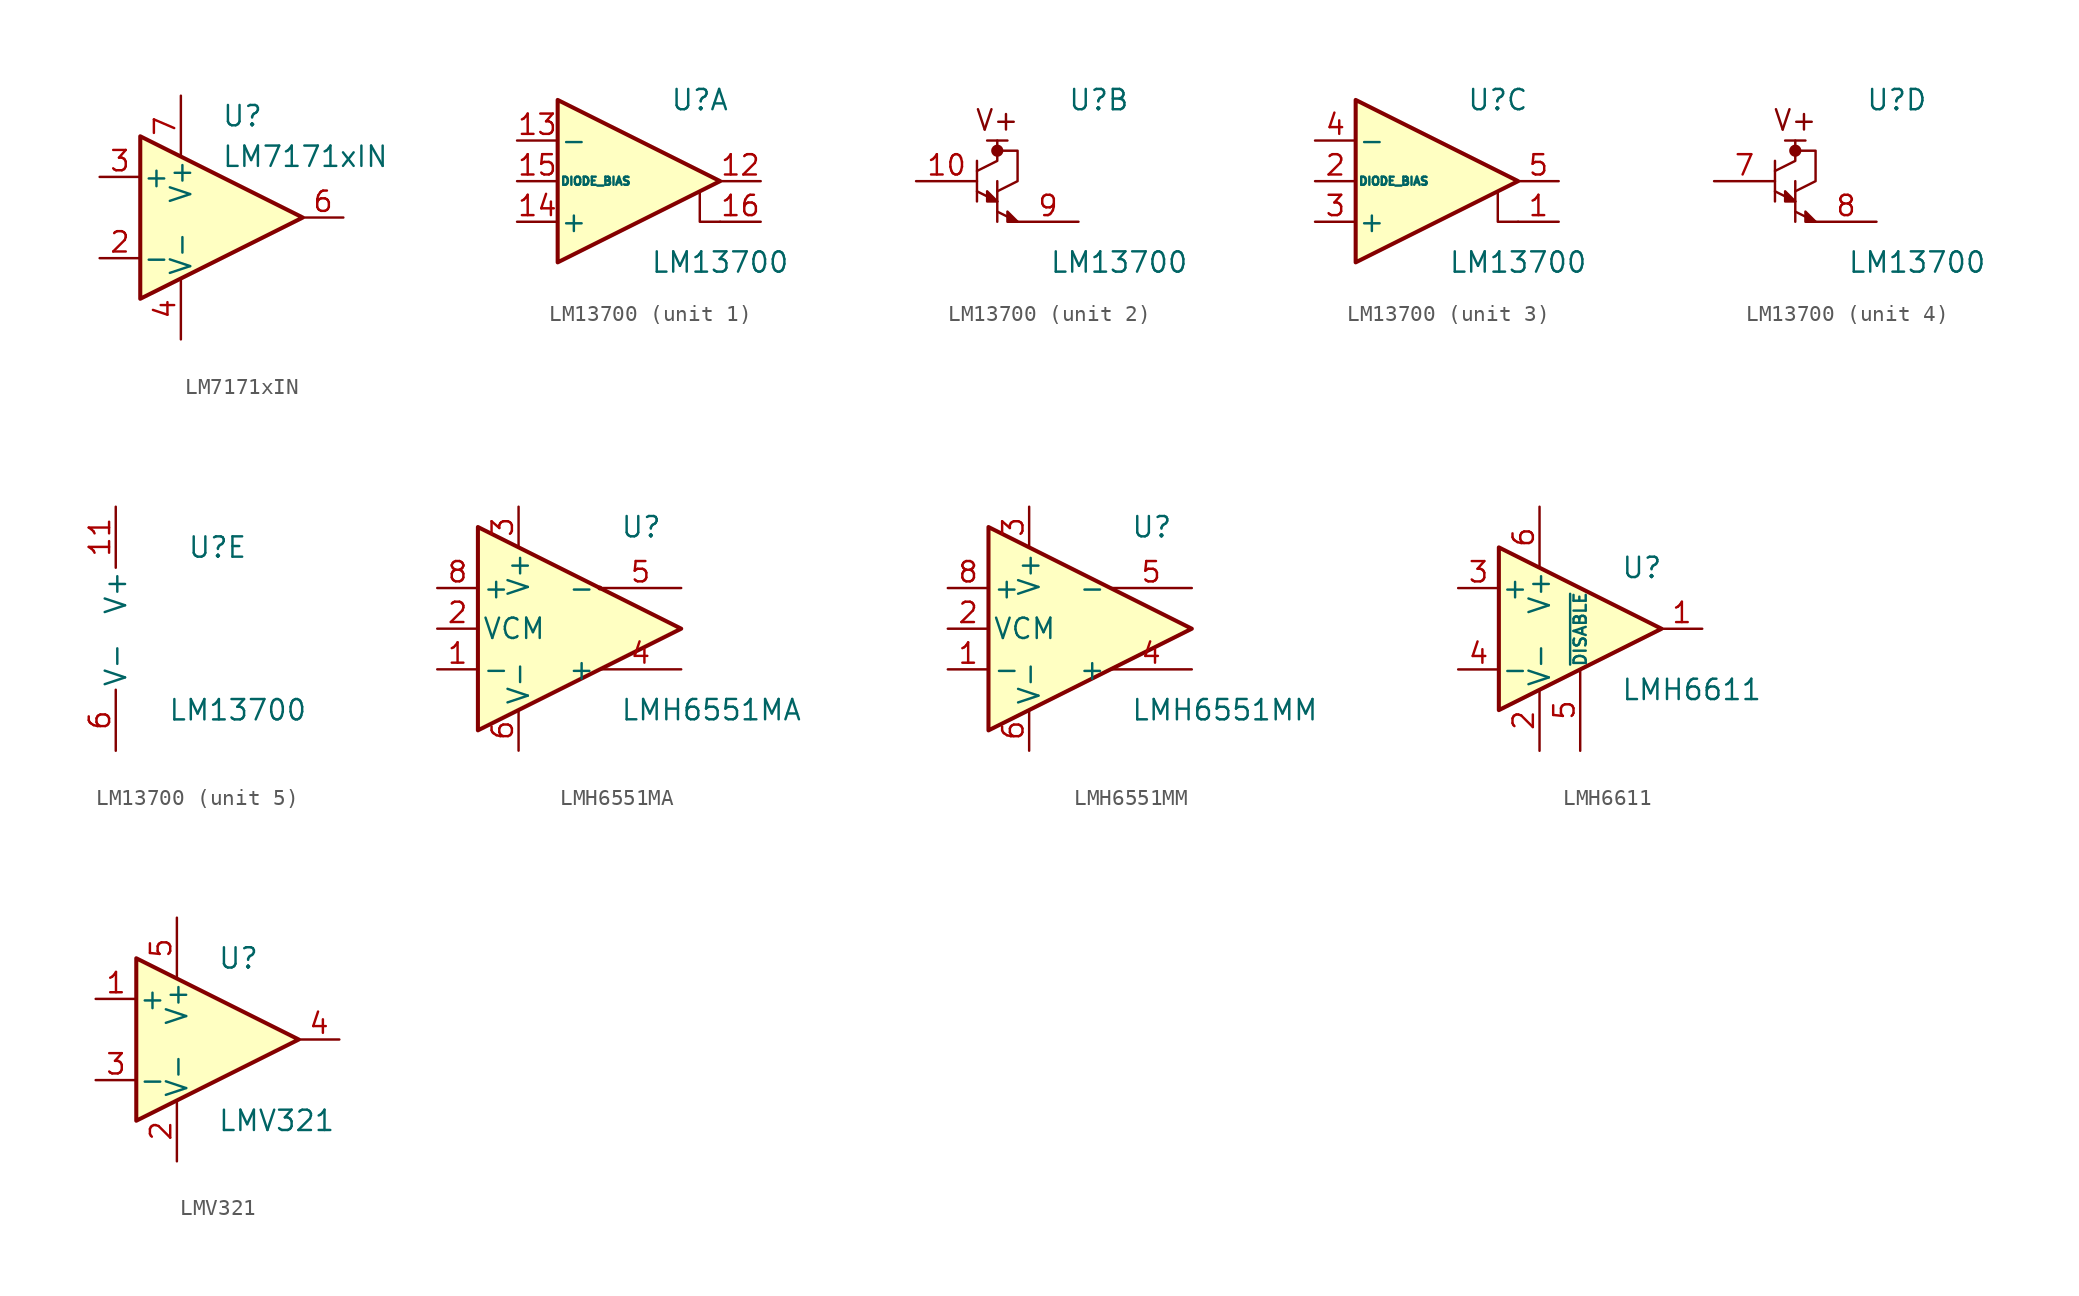
<source format=kicad_sym>
(kicad_symbol_lib
  (version 20201005)
  (generator kicad_symbol_editor)
  (symbol "Amplifier_Operational:LM7171xIN"
    (pin_names
      (offset 0.127))
    (property "Reference" "U"
      (at 0 6.35 0)
      (effects (font (size 1.27 1.27)) (justify left)))
    (property "Value" "LM7171xIN"
      (at 0 3.81 0)
      (effects (font (size 1.27 1.27)) (justify left)))
    (symbol "LM7171xIN_1_1"
      (polyline (pts (xy -5.08 5.08) (xy 5.08 0) (xy -5.08 -5.08) (xy -5.08 5.08)) (stroke (width 0.254)) (fill (type background)))
      (pin no_connect line (at 0 7.62 270) (length 5.08) hide (name "NC" (effects (font (size 1.27 1.27)))) (number "1" (effects (font (size 1.27 1.27)))))
      (pin input line (at -7.62 -2.54 0) (length 2.54) (name "-" (effects (font (size 1.27 1.27)))) (number "2" (effects (font (size 1.27 1.27)))))
      (pin input line (at -7.62 2.54 0) (length 2.54) (name "+" (effects (font (size 1.27 1.27)))) (number "3" (effects (font (size 1.27 1.27)))))
      (pin power_in line (at -2.54 -7.62 90) (length 3.81) (name "V-" (effects (font (size 1.27 1.27)))) (number "4" (effects (font (size 1.27 1.27)))))
      (pin no_connect line (at 0 -7.62 90) (length 5.08) hide (name "NC" (effects (font (size 1.27 1.27)))) (number "5" (effects (font (size 1.27 1.27)))))
      (pin output line (at 7.62 0 180) (length 2.54) (name "~" (effects (font (size 1.27 1.27)))) (number "6" (effects (font (size 1.27 1.27)))))
      (pin power_in line (at -2.54 7.62 270) (length 3.81) (name "V+" (effects (font (size 1.27 1.27)))) (number "7" (effects (font (size 1.27 1.27)))))
      (pin no_connect line (at 2.54 -7.62 90) (length 6.35) hide (name "NC" (effects (font (size 1.27 1.27)))) (number "8" (effects (font (size 1.27 1.27)))))))
  (symbol "Amplifier_Operational:LM13700"
    (pin_names
      (offset 0.127))
    (property "Reference" "U"
      (at 3.81 5.08 0)
      (effects (font (size 1.27 1.27))))
    (property "Value" "LM13700"
      (at 5.08 -5.08 0)
      (effects (font (size 1.27 1.27))))
    (property "ki_locked" ""
      (at 0 0 0)
      (effects (font (size 1.27 1.27))))
    (symbol "LM13700_1_1"
      (polyline (pts (xy 3.81 -0.635) (xy 3.81 -2.54) (xy 5.08 -2.54)) (stroke (width 0)) (fill (type none)))
      (polyline (pts (xy 5.08 0) (xy -5.08 -5.08) (xy -5.08 5.08) (xy 5.08 0)) (stroke (width 0.254)) (fill (type background)))
      (pin output line (at 7.62 0 180) (length 2.54) (name "~" (effects (font (size 1.27 1.27)))) (number "12" (effects (font (size 1.27 1.27)))))
      (pin input line (at -7.62 2.54 0) (length 2.54) (name "-" (effects (font (size 1.27 1.27)))) (number "13" (effects (font (size 1.27 1.27)))))
      (pin input line (at -7.62 -2.54 0) (length 2.54) (name "+" (effects (font (size 1.27 1.27)))) (number "14" (effects (font (size 1.27 1.27)))))
      (pin input line (at -7.62 0 0) (length 2.54) (name "DIODE_BIAS" (effects (font (size 0.508 0.508)))) (number "15" (effects (font (size 1.27 1.27)))))
      (pin input line (at 7.62 -2.54 180) (length 2.54) (name "~" (effects (font (size 1.27 1.27)))) (number "16" (effects (font (size 1.27 1.27))))))
    (symbol "LM13700_2_0"
      (polyline (pts (xy -1.905 2.54) (xy -3.175 2.54)) (stroke (width 0)) (fill (type none))))
    (symbol "LM13700_2_1"
      (circle (center -2.54 1.905) (radius 0.254) (stroke (width 0.254)) (fill (type outline)))
      (text "V+" (at -2.54 3.81 0) (effects (font (size 1.27 1.27))))
      (polyline (pts (xy -3.81 -0.635) (xy -2.54 -1.27)) (stroke (width 0)) (fill (type none)))
      (polyline (pts (xy -3.81 1.27) (xy -3.81 -1.27)) (stroke (width 0)) (fill (type none)))
      (polyline (pts (xy -2.54 -1.905) (xy -1.27 -2.54)) (stroke (width 0)) (fill (type none)))
      (polyline (pts (xy -2.54 0) (xy -2.54 -2.54)) (stroke (width 0)) (fill (type none)))
      (polyline (pts (xy -3.81 0.635) (xy -2.54 1.27) (xy -2.54 1.905) (xy -2.54 2.54)) (stroke (width 0)) (fill (type none)))
      (polyline (pts (xy -2.54 -0.635) (xy -1.27 0) (xy -1.27 1.905) (xy -2.54 1.905)) (stroke (width 0)) (fill (type none)))
      (polyline (pts (xy -2.54 -1.27) (xy -3.175 -0.635) (xy -3.175 -1.27) (xy -2.54 -1.27)) (stroke (width 0)) (fill (type outline)))
      (polyline (pts (xy -1.27 -2.54) (xy -1.905 -1.905) (xy -1.905 -2.54) (xy -1.27 -2.54)) (stroke (width 0)) (fill (type outline)))
      (pin input line (at -7.62 0 0) (length 3.81) (name "~" (effects (font (size 1.27 1.27)))) (number "10" (effects (font (size 1.27 1.27)))))
      (pin output line (at 2.54 -2.54 180) (length 3.81) (name "~" (effects (font (size 1.27 1.27)))) (number "9" (effects (font (size 1.27 1.27))))))
    (symbol "LM13700_3_1"
      (polyline (pts (xy 3.81 -0.635) (xy 3.81 -2.54) (xy 5.08 -2.54)) (stroke (width 0)) (fill (type none)))
      (polyline (pts (xy 5.08 0) (xy -5.08 -5.08) (xy -5.08 5.08) (xy 5.08 0)) (stroke (width 0.254)) (fill (type background)))
      (pin input line (at 7.62 -2.54 180) (length 2.54) (name "~" (effects (font (size 1.27 1.27)))) (number "1" (effects (font (size 1.27 1.27)))))
      (pin input line (at -7.62 0 0) (length 2.54) (name "DIODE_BIAS" (effects (font (size 0.508 0.508)))) (number "2" (effects (font (size 1.27 1.27)))))
      (pin input line (at -7.62 -2.54 0) (length 2.54) (name "+" (effects (font (size 1.27 1.27)))) (number "3" (effects (font (size 1.27 1.27)))))
      (pin input line (at -7.62 2.54 0) (length 2.54) (name "-" (effects (font (size 1.27 1.27)))) (number "4" (effects (font (size 1.27 1.27)))))
      (pin output line (at 7.62 0 180) (length 2.54) (name "~" (effects (font (size 1.27 1.27)))) (number "5" (effects (font (size 1.27 1.27))))))
    (symbol "LM13700_4_0"
      (text "V+" (at -2.54 3.81 0) (effects (font (size 1.27 1.27))))
      (polyline (pts (xy -3.175 2.54) (xy -1.905 2.54)) (stroke (width 0)) (fill (type none))))
    (symbol "LM13700_4_1"
      (circle (center -2.54 1.905) (radius 0.254) (stroke (width 0.254)) (fill (type outline)))
      (polyline (pts (xy -3.81 -0.635) (xy -2.54 -1.27)) (stroke (width 0)) (fill (type none)))
      (polyline (pts (xy -3.81 1.27) (xy -3.81 -1.27)) (stroke (width 0)) (fill (type none)))
      (polyline (pts (xy -2.54 -1.905) (xy -1.27 -2.54)) (stroke (width 0)) (fill (type none)))
      (polyline (pts (xy -2.54 0) (xy -2.54 -2.54)) (stroke (width 0)) (fill (type none)))
      (polyline (pts (xy -3.81 0.635) (xy -2.54 1.27) (xy -2.54 2.54)) (stroke (width 0)) (fill (type none)))
      (polyline (pts (xy -2.54 -0.635) (xy -1.27 0) (xy -1.27 1.905) (xy -2.54 1.905)) (stroke (width 0)) (fill (type none)))
      (polyline (pts (xy -2.54 -1.27) (xy -3.175 -0.635) (xy -3.175 -1.27) (xy -2.54 -1.27)) (stroke (width 0)) (fill (type outline)))
      (polyline (pts (xy -1.27 -2.54) (xy -1.905 -1.905) (xy -1.905 -2.54) (xy -1.27 -2.54)) (stroke (width 0)) (fill (type outline)))
      (pin input line (at -7.62 0 0) (length 3.81) (name "~" (effects (font (size 1.27 1.27)))) (number "7" (effects (font (size 1.27 1.27)))))
      (pin output line (at 2.54 -2.54 180) (length 3.81) (name "~" (effects (font (size 1.27 1.27)))) (number "8" (effects (font (size 1.27 1.27))))))
    (symbol "LM13700_5_1"
      (pin power_in line (at -2.54 7.62 270) (length 3.81) (name "V+" (effects (font (size 1.27 1.27)))) (number "11" (effects (font (size 1.27 1.27)))))
      (pin power_in line (at -2.54 -7.62 90) (length 3.81) (name "V-" (effects (font (size 1.27 1.27)))) (number "6" (effects (font (size 1.27 1.27)))))))
  (symbol "Amplifier_Operational:LMH6551MA"
    (pin_names
      (offset 0.254))
    (property "Reference" "U"
      (at 3.81 6.35 0)
      (effects (font (size 1.27 1.27)) (justify left)))
    (property "Value" "LMH6551MA"
      (at 3.81 -5.08 0)
      (effects (font (size 1.27 1.27)) (justify left)))
    (symbol "LMH6551MA_0_1"
      (circle (center 2.54 2.54) (radius 0) (stroke (width 0)) (fill (type none)))
      (polyline (pts (xy 7.62 0) (xy -5.08 6.35) (xy -5.08 -6.35) (xy 7.62 0)) (stroke (width 0.254)) (fill (type background))))
    (symbol "LMH6551MA_1_1"
      (pin input line (at -7.62 -2.54 0) (length 2.54) (name "-" (effects (font (size 1.27 1.27)))) (number "1" (effects (font (size 1.27 1.27)))))
      (pin input line (at -7.62 0 0) (length 2.54) (name "VCM" (effects (font (size 1.27 1.27)))) (number "2" (effects (font (size 1.27 1.27)))))
      (pin power_in line (at -2.54 7.62 270) (length 2.54) (name "V+" (effects (font (size 1.27 1.27)))) (number "3" (effects (font (size 1.27 1.27)))))
      (pin output line (at 7.62 -2.54 180) (length 5.08) (name "+" (effects (font (size 1.27 1.27)))) (number "4" (effects (font (size 1.27 1.27)))))
      (pin output line (at 7.62 2.54 180) (length 5.08) (name "-" (effects (font (size 1.27 1.27)))) (number "5" (effects (font (size 1.27 1.27)))))
      (pin power_in line (at -2.54 -7.62 90) (length 2.54) (name "V-" (effects (font (size 1.27 1.27)))) (number "6" (effects (font (size 1.27 1.27)))))
      (pin no_connect line (at 5.08 0 180) (length 2.54) hide (name "NC" (effects (font (size 1.27 1.27)))) (number "7" (effects (font (size 1.27 1.27)))))
      (pin input line (at -7.62 2.54 0) (length 2.54) (name "+" (effects (font (size 1.27 1.27)))) (number "8" (effects (font (size 1.27 1.27)))))))
  (symbol "Amplifier_Operational:LMH6551MM"
    (pin_names
      (offset 0.254))
    (property "Reference" "U"
      (at 3.81 6.35 0)
      (effects (font (size 1.27 1.27)) (justify left)))
    (property "Value" "LMH6551MM"
      (at 3.81 -5.08 0)
      (effects (font (size 1.27 1.27)) (justify left)))
    (symbol "LMH6551MM_0_1"
      (polyline (pts (xy 7.62 0) (xy -5.08 6.35) (xy -5.08 -6.35) (xy 7.62 0)) (stroke (width 0.254)) (fill (type background))))
    (symbol "LMH6551MM_1_1"
      (pin input line (at -7.62 -2.54 0) (length 2.54) (name "-" (effects (font (size 1.27 1.27)))) (number "1" (effects (font (size 1.27 1.27)))))
      (pin input line (at -7.62 0 0) (length 2.54) (name "VCM" (effects (font (size 1.27 1.27)))) (number "2" (effects (font (size 1.27 1.27)))))
      (pin power_in line (at -2.54 7.62 270) (length 2.54) (name "V+" (effects (font (size 1.27 1.27)))) (number "3" (effects (font (size 1.27 1.27)))))
      (pin output line (at 7.62 -2.54 180) (length 5.08) (name "+" (effects (font (size 1.27 1.27)))) (number "4" (effects (font (size 1.27 1.27)))))
      (pin output line (at 7.62 2.54 180) (length 5.08) (name "-" (effects (font (size 1.27 1.27)))) (number "5" (effects (font (size 1.27 1.27)))))
      (pin power_in line (at -2.54 -7.62 90) (length 2.54) (name "V-" (effects (font (size 1.27 1.27)))) (number "6" (effects (font (size 1.27 1.27)))))
      (pin no_connect line (at 5.08 0 180) (length 2.54) hide (name "NC" (effects (font (size 1.27 1.27)))) (number "7" (effects (font (size 1.27 1.27)))))
      (pin input line (at -7.62 2.54 0) (length 2.54) (name "+" (effects (font (size 1.27 1.27)))) (number "8" (effects (font (size 1.27 1.27)))))))
  (symbol "Amplifier_Operational:LMH6611"
    (pin_names
      (offset 0.127))
    (property "Reference" "U"
      (at 2.54 3.81 0)
      (effects (font (size 1.27 1.27)) (justify left)))
    (property "Value" "LMH6611"
      (at 2.54 -3.81 0)
      (effects (font (size 1.27 1.27)) (justify left)))
    (symbol "LMH6611_0_1"
      (polyline (pts (xy -5.08 5.08) (xy 5.08 0) (xy -5.08 -5.08) (xy -5.08 5.08)) (stroke (width 0.254)) (fill (type background))))
    (symbol "LMH6611_1_1"
      (pin output line (at 7.62 0 180) (length 2.54) (name "~" (effects (font (size 1.27 1.27)))) (number "1" (effects (font (size 1.27 1.27)))))
      (pin power_in line (at -2.54 -7.62 90) (length 3.81) (name "V-" (effects (font (size 1.27 1.27)))) (number "2" (effects (font (size 1.27 1.27)))))
      (pin input line (at -7.62 2.54 0) (length 2.54) (name "+" (effects (font (size 1.27 1.27)))) (number "3" (effects (font (size 1.27 1.27)))))
      (pin input line (at -7.62 -2.54 0) (length 2.54) (name "-" (effects (font (size 1.27 1.27)))) (number "4" (effects (font (size 1.27 1.27)))))
      (pin input line (at 0 -7.62 90) (length 5.08) (name "~DISABLE" (effects (font (size 0.762 0.762)))) (number "5" (effects (font (size 1.27 1.27)))))
      (pin power_in line (at -2.54 7.62 270) (length 3.81) (name "V+" (effects (font (size 1.27 1.27)))) (number "6" (effects (font (size 1.27 1.27)))))))
  (symbol "Amplifier_Operational:LMV321"
    (pin_names
      (offset 0.127))
    (property "Reference" "U"
      (at 0 5.08 0)
      (effects (font (size 1.27 1.27)) (justify left)))
    (property "Value" "LMV321"
      (at 0 -5.08 0)
      (effects (font (size 1.27 1.27)) (justify left)))
    (symbol "LMV321_0_1"
      (polyline (pts (xy -5.08 5.08) (xy 5.08 0) (xy -5.08 -5.08) (xy -5.08 5.08)) (stroke (width 0.254)) (fill (type background)))
      (pin power_in line (at -2.54 -7.62 90) (length 3.81) (name "V-" (effects (font (size 1.27 1.27)))) (number "2" (effects (font (size 1.27 1.27)))))
      (pin power_in line (at -2.54 7.62 270) (length 3.81) (name "V+" (effects (font (size 1.27 1.27)))) (number "5" (effects (font (size 1.27 1.27))))))
    (symbol "LMV321_1_1"
      (pin input line (at -7.62 2.54 0) (length 2.54) (name "+" (effects (font (size 1.27 1.27)))) (number "1" (effects (font (size 1.27 1.27)))))
      (pin input line (at -7.62 -2.54 0) (length 2.54) (name "-" (effects (font (size 1.27 1.27)))) (number "3" (effects (font (size 1.27 1.27)))))
      (pin output line (at 7.62 0 180) (length 2.54) (name "~" (effects (font (size 1.27 1.27)))) (number "4" (effects (font (size 1.27 1.27))))))))
</source>
